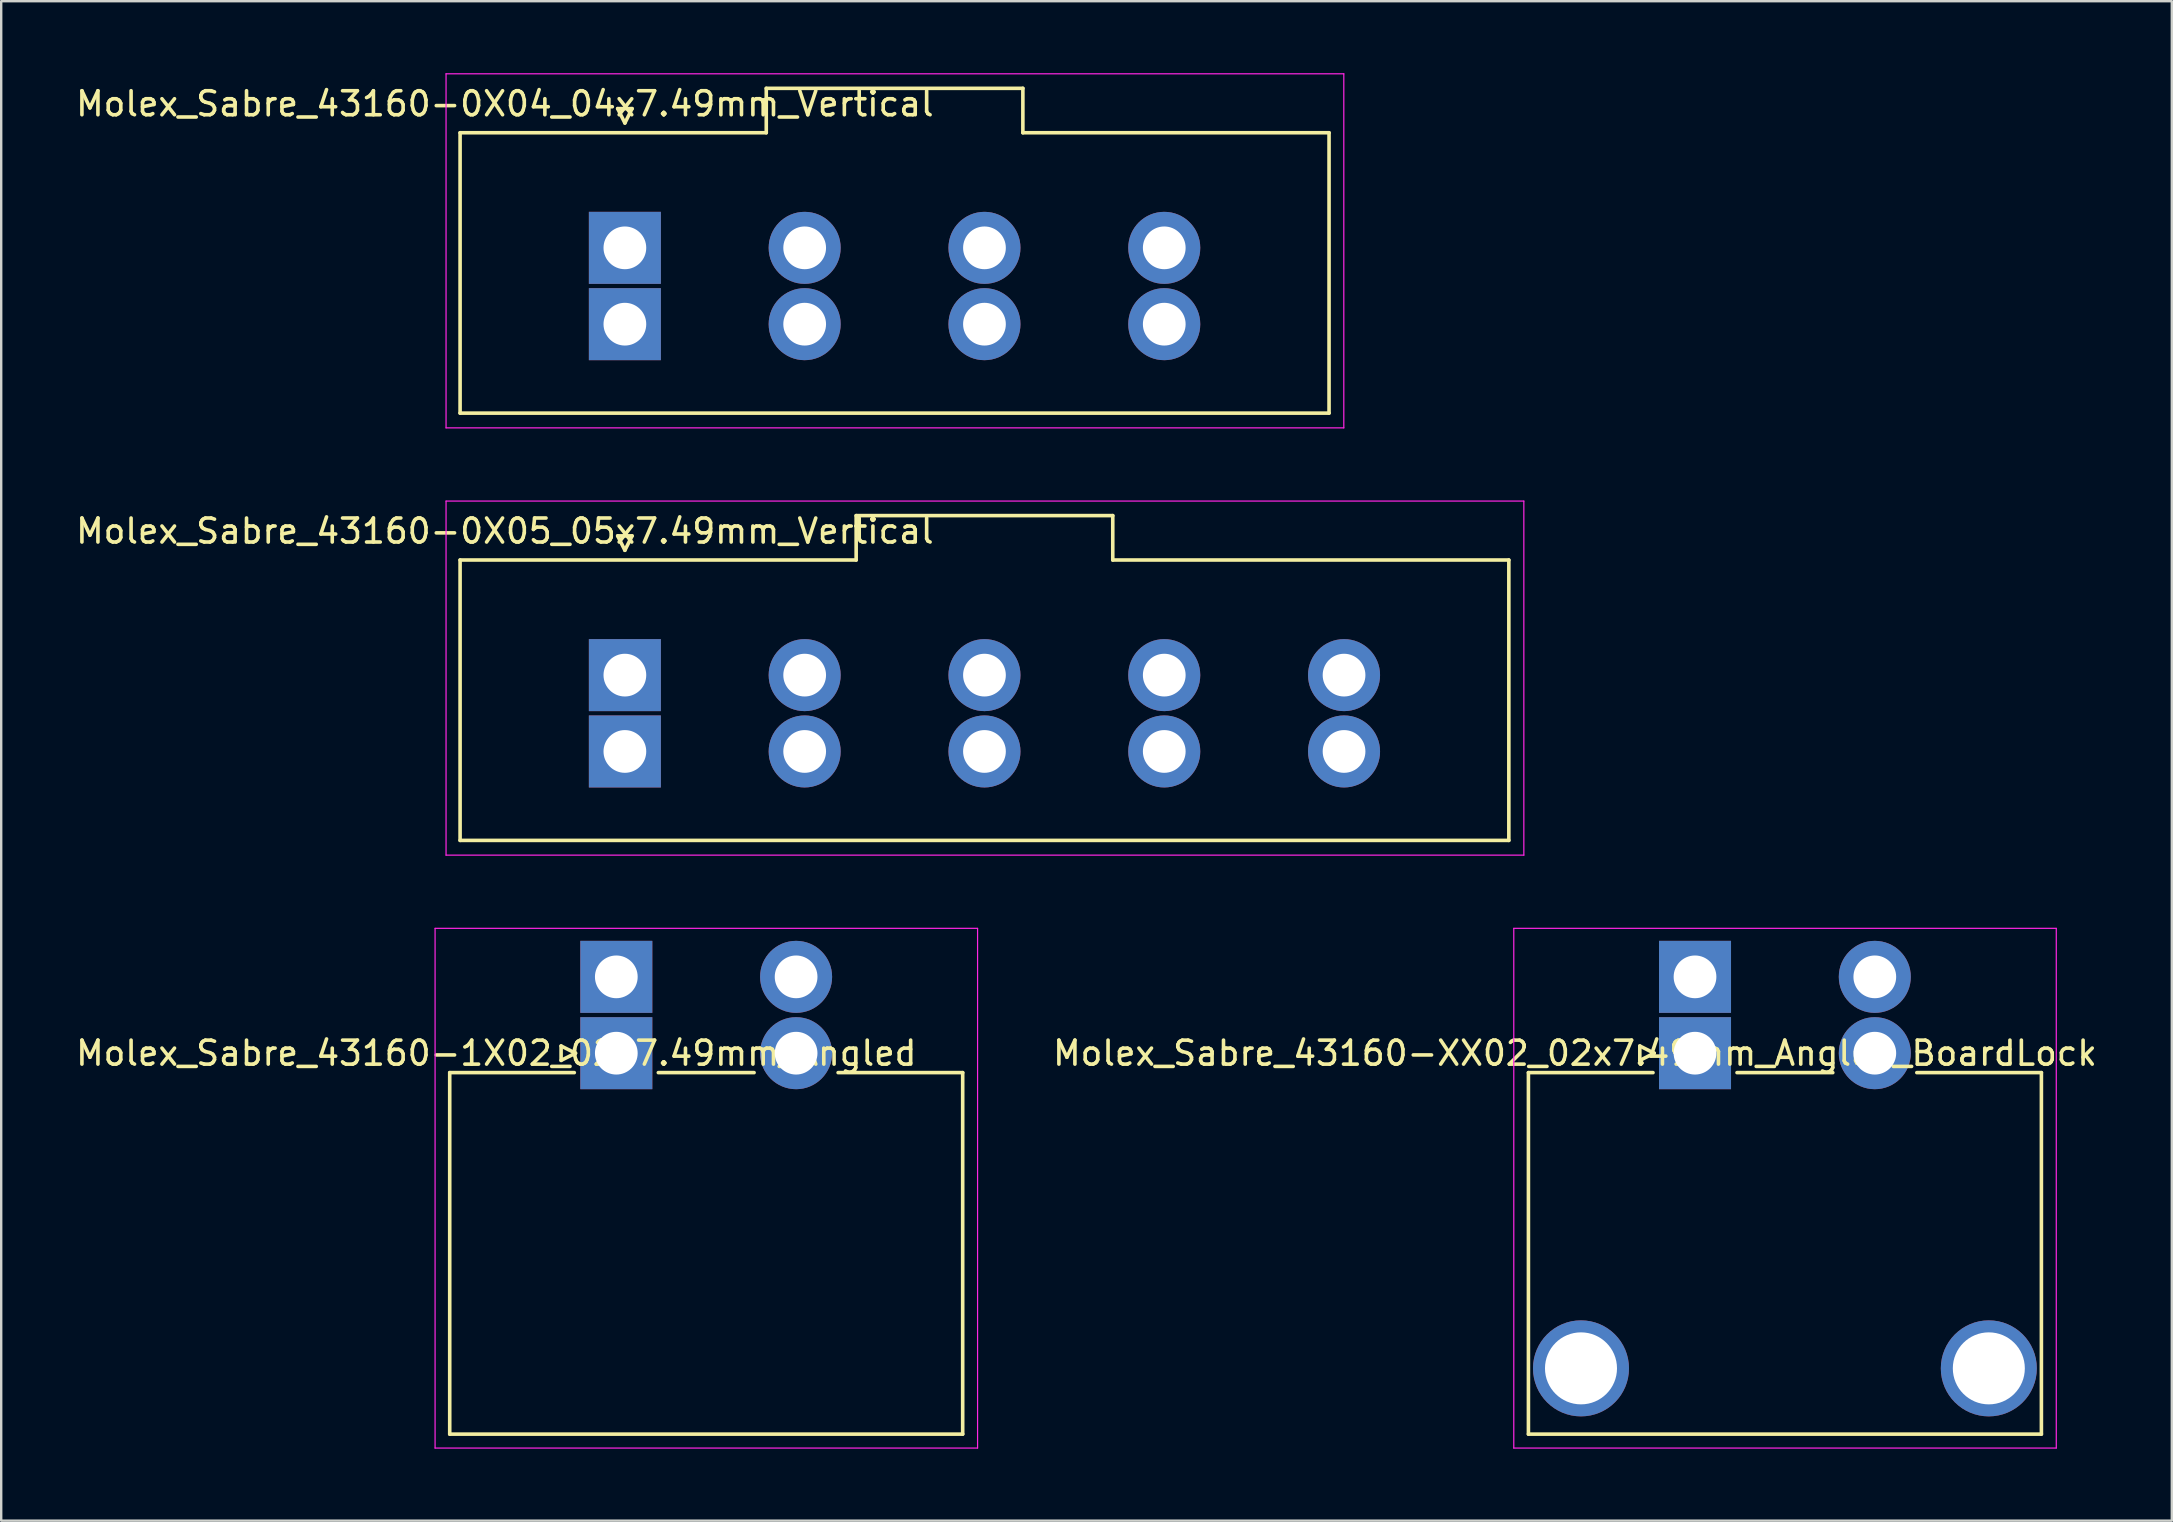
<source format=kicad_pcb>
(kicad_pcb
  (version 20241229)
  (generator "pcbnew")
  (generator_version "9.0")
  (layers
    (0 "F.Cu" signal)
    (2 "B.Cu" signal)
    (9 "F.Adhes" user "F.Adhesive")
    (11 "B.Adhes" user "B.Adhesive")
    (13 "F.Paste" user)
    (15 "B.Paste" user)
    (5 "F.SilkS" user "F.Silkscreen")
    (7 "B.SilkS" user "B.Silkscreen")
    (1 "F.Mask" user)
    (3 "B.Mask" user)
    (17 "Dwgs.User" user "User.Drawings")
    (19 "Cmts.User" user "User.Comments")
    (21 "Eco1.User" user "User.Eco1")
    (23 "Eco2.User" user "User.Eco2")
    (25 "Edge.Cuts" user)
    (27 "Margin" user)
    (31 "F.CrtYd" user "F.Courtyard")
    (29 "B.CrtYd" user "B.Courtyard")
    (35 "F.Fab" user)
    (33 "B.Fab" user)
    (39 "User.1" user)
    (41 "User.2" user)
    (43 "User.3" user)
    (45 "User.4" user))
  (footprint "Molex_Sabre_43160-0X05_05x7.49mm_Vertical"
    (layer "F.Cu")
    (at 22.982 25.075)
    (property "Reference" "Molex_Sabre_43160-0X05_05x7.49mm_Vertical" (at -5 -6 0) (layer "F.SilkS") (effects (font (size 1 1) (thickness 0.15))))
    (attr through_hole)
    (fp_line (start -6.865 -4.795) (end 9.635 -4.795) (stroke (width 0.15) (type solid)) (layer "F.SilkS"))
    (fp_line (start -6.865 6.885) (end -6.865 -4.795) (stroke (width 0.15) (type solid)) (layer "F.SilkS"))
    (fp_line (start -0.3 -5.8) (end 0 -5.2) (stroke (width 0.15) (type solid)) (layer "F.SilkS"))
    (fp_line (start 0 -5.2) (end 0.3 -5.8) (stroke (width 0.15) (type solid)) (layer "F.SilkS"))
    (fp_line (start 0.3 -5.8) (end -0.3 -5.8) (stroke (width 0.15) (type solid)) (layer "F.SilkS"))
    (fp_line (start 9.635 -6.645) (end 20.325 -6.645) (stroke (width 0.15) (type solid)) (layer "F.SilkS"))
    (fp_line (start 9.635 -4.795) (end 9.635 -6.645) (stroke (width 0.15) (type solid)) (layer "F.SilkS"))
    (fp_line (start 20.325 -6.645) (end 20.325 -4.795) (stroke (width 0.15) (type solid)) (layer "F.SilkS"))
    (fp_line (start 20.325 -4.795) (end 36.825 -4.795) (stroke (width 0.15) (type solid)) (layer "F.SilkS"))
    (fp_line (start 36.825 -4.795) (end 36.825 6.885) (stroke (width 0.15) (type solid)) (layer "F.SilkS"))
    (fp_line (start 36.825 6.885) (end -6.865 6.885) (stroke (width 0.15) (type solid)) (layer "F.SilkS"))
    (fp_line (start -7.45 -7.25) (end -7.45 7.5) (stroke (width 0.05) (type solid)) (layer "F.CrtYd"))
    (fp_line (start -7.45 7.5) (end 37.45 7.5) (stroke (width 0.05) (type solid)) (layer "F.CrtYd"))
    (fp_line (start 37.45 -7.25) (end -7.45 -7.25) (stroke (width 0.05) (type solid)) (layer "F.CrtYd"))
    (fp_line (start 37.45 7.5) (end 37.45 -7.25) (stroke (width 0.05) (type solid)) (layer "F.CrtYd"))
    (pad "1" thru_hole rect (at 0 0) (size 3 3) (drill 1.78) (layers "*.Cu" "*.Mask"))
    (pad "1" thru_hole rect (at 0 3.18) (size 3 3) (drill 1.78) (layers "*.Cu" "*.Mask"))
    (pad "2" thru_hole circle (at 7.49 0) (size 3 3) (drill 1.78) (layers "*.Cu" "*.Mask"))
    (pad "2" thru_hole circle (at 7.49 3.18) (size 3 3) (drill 1.78) (layers "*.Cu" "*.Mask"))
    (pad "3" thru_hole circle (at 14.98 0) (size 3 3) (drill 1.78) (layers "*.Cu" "*.Mask"))
    (pad "3" thru_hole circle (at 14.98 3.18) (size 3 3) (drill 1.78) (layers "*.Cu" "*.Mask"))
    (pad "4" thru_hole circle (at 22.47 0) (size 3 3) (drill 1.78) (layers "*.Cu" "*.Mask"))
    (pad "4" thru_hole circle (at 22.47 3.18) (size 3 3) (drill 1.78) (layers "*.Cu" "*.Mask"))
    (pad "5" thru_hole circle (at 29.96 0) (size 3 3) (drill 1.78) (layers "*.Cu" "*.Mask"))
    (pad "5" thru_hole circle (at 29.96 3.18) (size 3 3) (drill 1.78) (layers "*.Cu" "*.Mask")))
  (footprint "Molex_Sabre_43160-0X04_04x7.49mm_Vertical"
    (layer "F.Cu")
    (at 22.982 7.275)
    (property "Reference" "Molex_Sabre_43160-0X04_04x7.49mm_Vertical" (at -5 -6 0) (layer "F.SilkS") (effects (font (size 1 1) (thickness 0.15))))
    (attr through_hole)
    (fp_line (start -6.865 -4.795) (end 5.89 -4.795) (stroke (width 0.15) (type solid)) (layer "F.SilkS"))
    (fp_line (start -6.865 6.885) (end -6.865 -4.795) (stroke (width 0.15) (type solid)) (layer "F.SilkS"))
    (fp_line (start -0.3 -5.8) (end 0 -5.2) (stroke (width 0.15) (type solid)) (layer "F.SilkS"))
    (fp_line (start 0 -5.2) (end 0.3 -5.8) (stroke (width 0.15) (type solid)) (layer "F.SilkS"))
    (fp_line (start 0.3 -5.8) (end -0.3 -5.8) (stroke (width 0.15) (type solid)) (layer "F.SilkS"))
    (fp_line (start 5.89 -6.645) (end 16.58 -6.645) (stroke (width 0.15) (type solid)) (layer "F.SilkS"))
    (fp_line (start 5.89 -4.795) (end 5.89 -6.645) (stroke (width 0.15) (type solid)) (layer "F.SilkS"))
    (fp_line (start 16.58 -6.645) (end 16.58 -4.795) (stroke (width 0.15) (type solid)) (layer "F.SilkS"))
    (fp_line (start 16.58 -4.795) (end 29.335 -4.795) (stroke (width 0.15) (type solid)) (layer "F.SilkS"))
    (fp_line (start 29.335 -4.795) (end 29.335 6.885) (stroke (width 0.15) (type solid)) (layer "F.SilkS"))
    (fp_line (start 29.335 6.885) (end -6.865 6.885) (stroke (width 0.15) (type solid)) (layer "F.SilkS"))
    (fp_line (start -7.45 -7.25) (end -7.45 7.5) (stroke (width 0.05) (type solid)) (layer "F.CrtYd"))
    (fp_line (start -7.45 7.5) (end 29.95 7.5) (stroke (width 0.05) (type solid)) (layer "F.CrtYd"))
    (fp_line (start 29.95 -7.25) (end -7.45 -7.25) (stroke (width 0.05) (type solid)) (layer "F.CrtYd"))
    (fp_line (start 29.95 7.5) (end 29.95 -7.25) (stroke (width 0.05) (type solid)) (layer "F.CrtYd"))
    (pad "1" thru_hole rect (at 0 0) (size 3 3) (drill 1.78) (layers "*.Cu" "*.Mask"))
    (pad "1" thru_hole rect (at 0 3.18) (size 3 3) (drill 1.78) (layers "*.Cu" "*.Mask"))
    (pad "2" thru_hole circle (at 7.49 0) (size 3 3) (drill 1.78) (layers "*.Cu" "*.Mask"))
    (pad "2" thru_hole circle (at 7.49 3.18) (size 3 3) (drill 1.78) (layers "*.Cu" "*.Mask"))
    (pad "3" thru_hole circle (at 14.98 0) (size 3 3) (drill 1.78) (layers "*.Cu" "*.Mask"))
    (pad "3" thru_hole circle (at 14.98 3.18) (size 3 3) (drill 1.78) (layers "*.Cu" "*.Mask"))
    (pad "4" thru_hole circle (at 22.47 0) (size 3 3) (drill 1.78) (layers "*.Cu" "*.Mask"))
    (pad "4" thru_hole circle (at 22.47 3.18) (size 3 3) (drill 1.78) (layers "*.Cu" "*.Mask")))
  (footprint "Molex_Sabre_43160-1X02_02x7.49mm_Angled"
    (layer "F.Cu")
    (at 22.625 40.825)
    (property "Reference" "Molex_Sabre_43160-1X02_02x7.49mm_Angled" (at -5 0 0) (layer "F.SilkS") (effects (font (size 1 1) (thickness 0.15))))
    (attr through_hole)
    (fp_line (start -6.94 0.81) (end -6.94 15.87) (stroke (width 0.15) (type solid)) (layer "F.SilkS"))
    (fp_line (start -6.94 0.81) (end -1.75 0.81) (stroke (width 0.15) (type solid)) (layer "F.SilkS"))
    (fp_line (start -6.94 15.87) (end 14.43 15.87) (stroke (width 0.15) (type solid)) (layer "F.SilkS"))
    (fp_line (start -2.3 -0.3) (end -1.7 0) (stroke (width 0.15) (type solid)) (layer "F.SilkS"))
    (fp_line (start -2.3 0.3) (end -2.3 -0.3) (stroke (width 0.15) (type solid)) (layer "F.SilkS"))
    (fp_line (start -1.7 0) (end -2.3 0.3) (stroke (width 0.15) (type solid)) (layer "F.SilkS"))
    (fp_line (start 1.75 0.81) (end 5.74 0.81) (stroke (width 0.15) (type solid)) (layer "F.SilkS"))
    (fp_line (start 9.24 0.81) (end 14.43 0.81) (stroke (width 0.15) (type solid)) (layer "F.SilkS"))
    (fp_line (start 14.43 15.87) (end 14.43 0.81) (stroke (width 0.15) (type solid)) (layer "F.SilkS"))
    (fp_line (start -7.55 -5.2) (end -7.55 16.45) (stroke (width 0.05) (type solid)) (layer "F.CrtYd"))
    (fp_line (start -7.55 16.45) (end 15.05 16.45) (stroke (width 0.05) (type solid)) (layer "F.CrtYd"))
    (fp_line (start 15.05 -5.2) (end -7.55 -5.2) (stroke (width 0.05) (type solid)) (layer "F.CrtYd"))
    (fp_line (start 15.05 16.45) (end 15.05 -5.2) (stroke (width 0.05) (type solid)) (layer "F.CrtYd"))
    (pad "1" thru_hole rect (at 0 -3.18) (size 3 3) (drill 1.78) (layers "*.Cu" "*.Mask"))
    (pad "1" thru_hole rect (at 0 0) (size 3 3) (drill 1.78) (layers "*.Cu" "*.Mask"))
    (pad "2" thru_hole circle (at 7.49 -3.18) (size 3 3) (drill 1.78) (layers "*.Cu" "*.Mask"))
    (pad "2" thru_hole circle (at 7.49 0) (size 3 3) (drill 1.78) (layers "*.Cu" "*.Mask")))
  (footprint "Molex_Sabre_43160-XX02_02x7.49mm_Angled_BoardLock"
    (layer "F.Cu")
    (at 67.563 40.825)
    (property "Reference" "Molex_Sabre_43160-XX02_02x7.49mm_Angled_BoardLock" (at -5 0 0) (layer "F.SilkS") (effects (font (size 1 1) (thickness 0.15))))
    (attr through_hole)
    (fp_line (start -6.94 0.81) (end -6.94 15.87) (stroke (width 0.15) (type solid)) (layer "F.SilkS"))
    (fp_line (start -6.94 0.81) (end -1.75 0.81) (stroke (width 0.15) (type solid)) (layer "F.SilkS"))
    (fp_line (start -6.94 15.87) (end 14.43 15.87) (stroke (width 0.15) (type solid)) (layer "F.SilkS"))
    (fp_line (start -2.3 -0.3) (end -1.7 0) (stroke (width 0.15) (type solid)) (layer "F.SilkS"))
    (fp_line (start -2.3 0.3) (end -2.3 -0.3) (stroke (width 0.15) (type solid)) (layer "F.SilkS"))
    (fp_line (start -1.7 0) (end -2.3 0.3) (stroke (width 0.15) (type solid)) (layer "F.SilkS"))
    (fp_line (start 1.75 0.81) (end 5.74 0.81) (stroke (width 0.15) (type solid)) (layer "F.SilkS"))
    (fp_line (start 9.24 0.81) (end 14.43 0.81) (stroke (width 0.15) (type solid)) (layer "F.SilkS"))
    (fp_line (start 14.43 15.87) (end 14.43 0.81) (stroke (width 0.15) (type solid)) (layer "F.SilkS"))
    (fp_line (start -7.55 -5.2) (end -7.55 16.45) (stroke (width 0.05) (type solid)) (layer "F.CrtYd"))
    (fp_line (start -7.55 16.45) (end 15.05 16.45) (stroke (width 0.05) (type solid)) (layer "F.CrtYd"))
    (fp_line (start 15.05 -5.2) (end -7.55 -5.2) (stroke (width 0.05) (type solid)) (layer "F.CrtYd"))
    (fp_line (start 15.05 16.45) (end 15.05 -5.2) (stroke (width 0.05) (type solid)) (layer "F.CrtYd"))
    (pad "" thru_hole circle (at -4.75 13.13) (size 4 4) (drill 3) (layers "*.Cu" "*.Mask"))
    (pad "" thru_hole circle (at 12.24 13.13) (size 4 4) (drill 3) (layers "*.Cu" "*.Mask"))
    (pad "1" thru_hole rect (at 0 -3.18) (size 3 3) (drill 1.78) (layers "*.Cu" "*.Mask"))
    (pad "1" thru_hole rect (at 0 0) (size 3 3) (drill 1.78) (layers "*.Cu" "*.Mask"))
    (pad "2" thru_hole circle (at 7.49 -3.18) (size 3 3) (drill 1.78) (layers "*.Cu" "*.Mask"))
    (pad "2" thru_hole circle (at 7.49 0) (size 3 3) (drill 1.78) (layers "*.Cu" "*.Mask")))
  (gr_rect
    (start -3 -3)
    (end 87.426 60.3)
    (stroke (width 0.1) (type default))
    (fill no)
    (layer "Edge.Cuts")))
</source>
